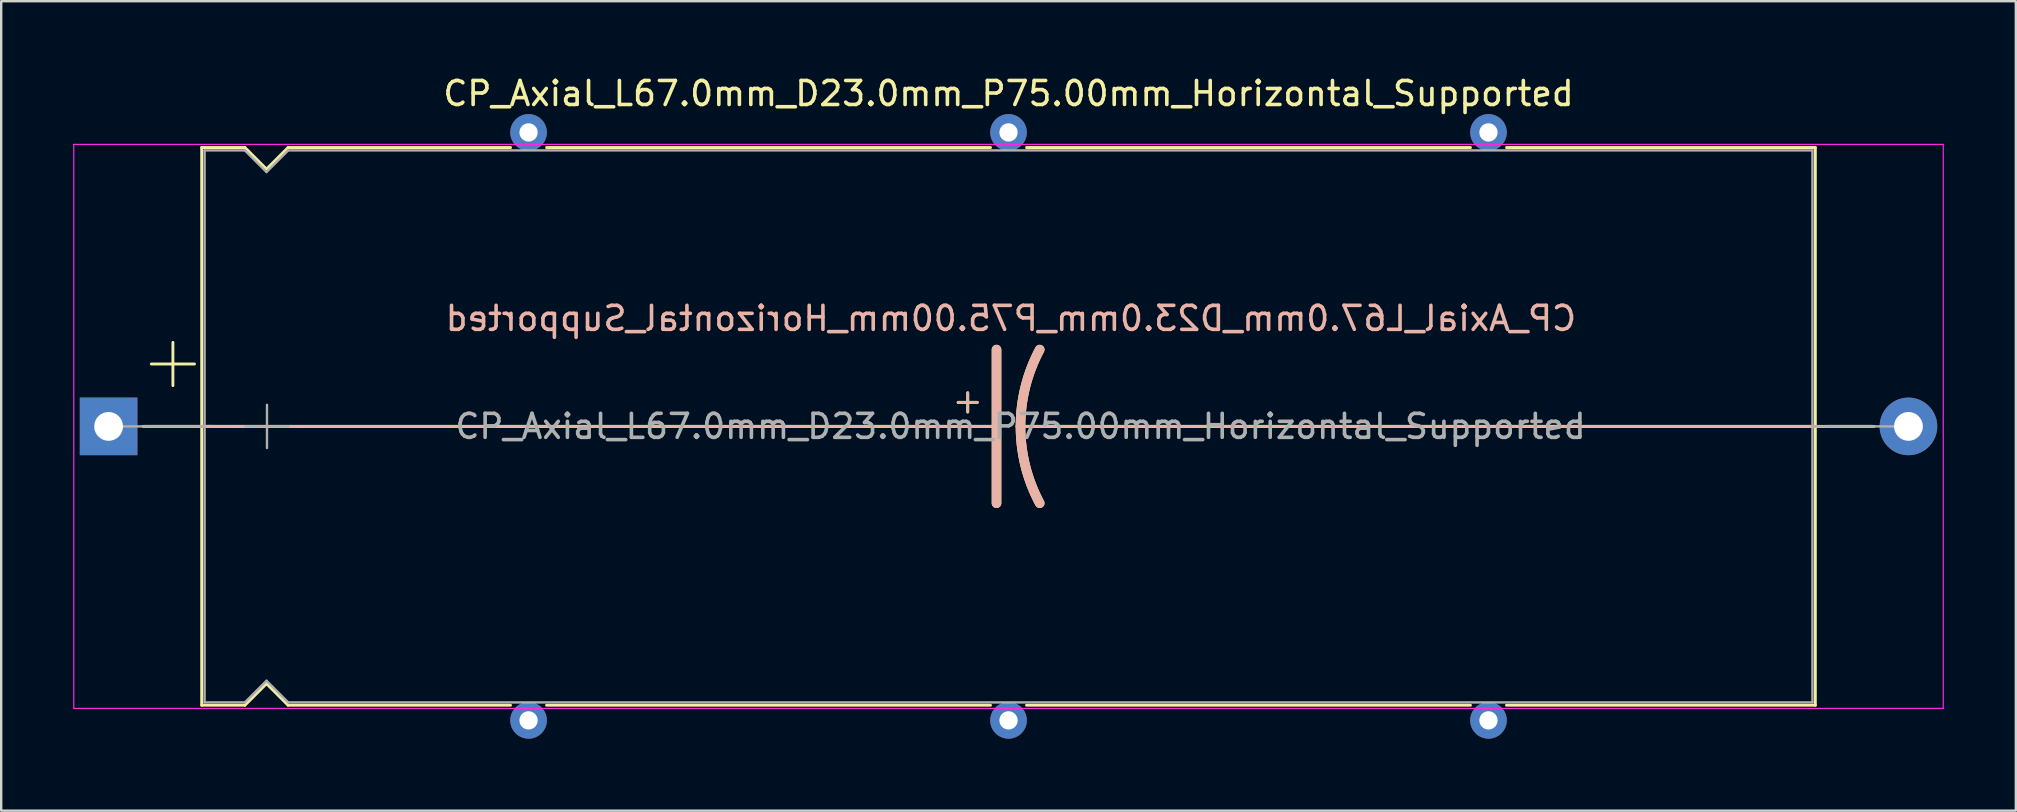
<source format=kicad_pcb>
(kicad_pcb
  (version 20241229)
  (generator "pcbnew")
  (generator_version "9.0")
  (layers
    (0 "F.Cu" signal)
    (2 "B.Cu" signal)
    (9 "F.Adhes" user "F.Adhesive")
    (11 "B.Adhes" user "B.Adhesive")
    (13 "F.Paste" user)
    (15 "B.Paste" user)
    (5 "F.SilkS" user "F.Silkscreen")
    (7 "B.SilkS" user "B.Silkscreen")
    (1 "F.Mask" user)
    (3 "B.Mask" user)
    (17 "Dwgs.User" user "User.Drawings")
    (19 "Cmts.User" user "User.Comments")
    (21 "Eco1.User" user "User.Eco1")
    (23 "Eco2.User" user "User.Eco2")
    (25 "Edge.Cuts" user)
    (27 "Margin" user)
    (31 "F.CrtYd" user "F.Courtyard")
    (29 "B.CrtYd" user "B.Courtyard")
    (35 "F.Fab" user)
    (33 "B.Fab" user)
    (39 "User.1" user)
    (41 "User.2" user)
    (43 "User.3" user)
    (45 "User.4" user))
  (footprint "CP_Axial_L67.0mm_D23.0mm_P75.00mm_Horizontal_Supported"
    (layer "F.Cu")
    (at 1.475 14.718)
    (property "Reference" "CP_Axial_L67.0mm_D23.0mm_P75.00mm_Horizontal_Supported" (at 37.5 -13.87 0) (layer "F.SilkS") (effects (font (size 1 1) (thickness 0.15))))
    (fp_line (start 1.44 0) (end 3.88 0) (stroke (width 0.12) (type solid)) (layer "F.SilkS"))
    (fp_line (start 1.78 -2.6) (end 3.58 -2.6) (stroke (width 0.12) (type solid)) (layer "F.SilkS"))
    (fp_line (start 2.68 -3.5) (end 2.68 -1.7) (stroke (width 0.12) (type solid)) (layer "F.SilkS"))
    (fp_line (start 3.88 -11.62) (end 3.88 11.62) (stroke (width 0.12) (type solid)) (layer "F.SilkS"))
    (fp_line (start 3.88 -11.62) (end 5.68 -11.62) (stroke (width 0.12) (type solid)) (layer "F.SilkS"))
    (fp_line (start 3.88 0) (end 37 0) (stroke (width 0.12) (type solid)) (layer "F.SilkS"))
    (fp_line (start 3.88 11.62) (end 5.68 11.62) (stroke (width 0.12) (type solid)) (layer "F.SilkS"))
    (fp_line (start 5.68 -11.62) (end 6.58 -10.72) (stroke (width 0.12) (type solid)) (layer "F.SilkS"))
    (fp_line (start 5.68 11.62) (end 6.58 10.72) (stroke (width 0.12) (type solid)) (layer "F.SilkS"))
    (fp_line (start 6.58 -10.72) (end 7.48 -11.62) (stroke (width 0.12) (type solid)) (layer "F.SilkS"))
    (fp_line (start 6.58 10.72) (end 7.48 11.62) (stroke (width 0.12) (type solid)) (layer "F.SilkS"))
    (fp_line (start 7.48 -11.62) (end 16.75 -11.62) (stroke (width 0.12) (type solid)) (layer "F.SilkS"))
    (fp_line (start 7.48 11.62) (end 16.75 11.62) (stroke (width 0.12) (type solid)) (layer "F.SilkS"))
    (fp_line (start 18.25 -11.62) (end 36.75 -11.62) (stroke (width 0.12) (type solid)) (layer "F.SilkS"))
    (fp_line (start 18.25 11.62) (end 36.75 11.62) (stroke (width 0.12) (type solid)) (layer "F.SilkS"))
    (fp_line (start 35.4 -1) (end 36.2 -1) (stroke (width 0.12) (type solid)) (layer "F.SilkS"))
    (fp_line (start 35.8 -1.4) (end 35.8 -0.6) (stroke (width 0.12) (type solid)) (layer "F.SilkS"))
    (fp_line (start 37 0) (end 37 -3.2) (stroke (width 0.4) (type solid)) (layer "F.SilkS"))
    (fp_line (start 37 0) (end 37 3.2) (stroke (width 0.4) (type solid)) (layer "F.SilkS"))
    (fp_line (start 38.25 -11.62) (end 56.75 -11.62) (stroke (width 0.12) (type solid)) (layer "F.SilkS"))
    (fp_line (start 38.25 11.62) (end 56.75 11.62) (stroke (width 0.12) (type solid)) (layer "F.SilkS"))
    (fp_line (start 58.25 -11.62) (end 71.12 -11.62) (stroke (width 0.12) (type solid)) (layer "F.SilkS"))
    (fp_line (start 58.25 11.62) (end 71.12 11.62) (stroke (width 0.12) (type solid)) (layer "F.SilkS"))
    (fp_line (start 71.12 -11.62) (end 71.12 11.62) (stroke (width 0.12) (type solid)) (layer "F.SilkS"))
    (fp_line (start 71.12 0) (end 38 0) (stroke (width 0.12) (type solid)) (layer "F.SilkS"))
    (fp_line (start 73.56 0) (end 71.12 0) (stroke (width 0.12) (type solid)) (layer "F.SilkS"))
    (fp_arc (start 38 0) (mid 38.203545 -1.649114) (end 38.8 -3.2) (stroke (width 0.4) (type solid)) (layer "F.SilkS"))
    (fp_arc (start 38.8 3.2) (mid 38.200704 1.649824) (end 38 0) (stroke (width 0.4) (type solid)) (layer "F.SilkS"))
    (fp_line (start 1.5 0) (end 4.38 0) (stroke (width 0.12) (type solid)) (layer "B.SilkS"))
    (fp_line (start 3.88 0) (end 37 0) (stroke (width 0.12) (type solid)) (layer "B.SilkS"))
    (fp_line (start 35.4 -1) (end 36.2 -1) (stroke (width 0.12) (type solid)) (layer "B.SilkS"))
    (fp_line (start 35.8 -0.6) (end 35.8 -1.4) (stroke (width 0.12) (type solid)) (layer "B.SilkS"))
    (fp_line (start 37 0) (end 37 -3.2) (stroke (width 0.4) (type solid)) (layer "B.SilkS"))
    (fp_line (start 37 0) (end 37 3.2) (stroke (width 0.4) (type solid)) (layer "B.SilkS"))
    (fp_line (start 71.12 0) (end 38 0) (stroke (width 0.12) (type solid)) (layer "B.SilkS"))
    (fp_line (start 73.5 0) (end 71.62 0) (stroke (width 0.12) (type solid)) (layer "B.SilkS"))
    (fp_arc (start 38 0) (mid 38.200703 -1.649824) (end 38.8 -3.2) (stroke (width 0.4) (type solid)) (layer "B.SilkS"))
    (fp_arc (start 38.8 3.2) (mid 38.203544 1.649114) (end 38 0) (stroke (width 0.4) (type solid)) (layer "B.SilkS"))
    (fp_line (start -1.45 -11.75) (end -1.45 11.75) (stroke (width 0.05) (type solid)) (layer "F.CrtYd"))
    (fp_line (start -1.45 11.75) (end 76.45 11.75) (stroke (width 0.05) (type solid)) (layer "F.CrtYd"))
    (fp_line (start 76.45 -11.75) (end -1.45 -11.75) (stroke (width 0.05) (type solid)) (layer "F.CrtYd"))
    (fp_line (start 76.45 11.75) (end 76.45 -11.75) (stroke (width 0.05) (type solid)) (layer "F.CrtYd"))
    (fp_line (start 0 0) (end 4 0) (stroke (width 0.1) (type solid)) (layer "F.Fab"))
    (fp_line (start 4 -11.5) (end 4 11.5) (stroke (width 0.1) (type solid)) (layer "F.Fab"))
    (fp_line (start 4 -11.5) (end 5.68 -11.5) (stroke (width 0.1) (type solid)) (layer "F.Fab"))
    (fp_line (start 4 11.5) (end 5.68 11.5) (stroke (width 0.1) (type solid)) (layer "F.Fab"))
    (fp_line (start 5.68 -11.5) (end 6.58 -10.6) (stroke (width 0.1) (type solid)) (layer "F.Fab"))
    (fp_line (start 5.68 11.5) (end 6.58 10.6) (stroke (width 0.1) (type solid)) (layer "F.Fab"))
    (fp_line (start 5.7 0) (end 7.5 0) (stroke (width 0.1) (type solid)) (layer "F.Fab"))
    (fp_line (start 6.58 -10.6) (end 7.48 -11.5) (stroke (width 0.1) (type solid)) (layer "F.Fab"))
    (fp_line (start 6.58 10.6) (end 7.48 11.5) (stroke (width 0.1) (type solid)) (layer "F.Fab"))
    (fp_line (start 6.6 -0.9) (end 6.6 0.9) (stroke (width 0.1) (type solid)) (layer "F.Fab"))
    (fp_line (start 7.48 -11.5) (end 71 -11.5) (stroke (width 0.1) (type solid)) (layer "F.Fab"))
    (fp_line (start 7.48 11.5) (end 71 11.5) (stroke (width 0.1) (type solid)) (layer "F.Fab"))
    (fp_line (start 71 -11.5) (end 71 11.5) (stroke (width 0.1) (type solid)) (layer "F.Fab"))
    (fp_line (start 75 0) (end 71 0) (stroke (width 0.1) (type solid)) (layer "F.Fab"))
    (fp_text user "${REFERENCE}" (at 37.6 -4.5 0) (layer "B.SilkS") (effects (font (size 1 1) (thickness 0.15)) (justify mirror)))
    (fp_text user "${REFERENCE}" (at 38 0 0) (layer "F.Fab") (effects (font (size 1 1) (thickness 0.15))))
    (pad "" thru_hole circle (at 17.5 -12.25) (size 1.524 1.524) (drill 0.762) (layers "*.Cu" "*.Mask"))
    (pad "" thru_hole circle (at 17.5 12.25) (size 1.524 1.524) (drill 0.762) (layers "*.Cu" "*.Mask"))
    (pad "" thru_hole circle (at 37.5 -12.25) (size 1.524 1.524) (drill 0.762) (layers "*.Cu" "*.Mask"))
    (pad "" thru_hole circle (at 37.5 12.25) (size 1.524 1.524) (drill 0.762) (layers "*.Cu" "*.Mask"))
    (pad "" thru_hole circle (at 57.5 -12.25) (size 1.524 1.524) (drill 0.762) (layers "*.Cu" "*.Mask"))
    (pad "" thru_hole circle (at 57.5 12.25) (size 1.524 1.524) (drill 0.762) (layers "*.Cu" "*.Mask"))
    (pad "1" thru_hole rect (at 0 0) (size 2.4 2.4) (drill 1.2) (layers "*.Cu" "*.Mask"))
    (pad "2" thru_hole oval (at 75 0) (size 2.4 2.4) (drill 1.2) (layers "*.Cu" "*.Mask")))
  (gr_rect
    (start -3 -3)
    (end 80.95 30.73)
    (stroke (width 0.1) (type default))
    (fill no)
    (layer "Edge.Cuts")))
</source>
